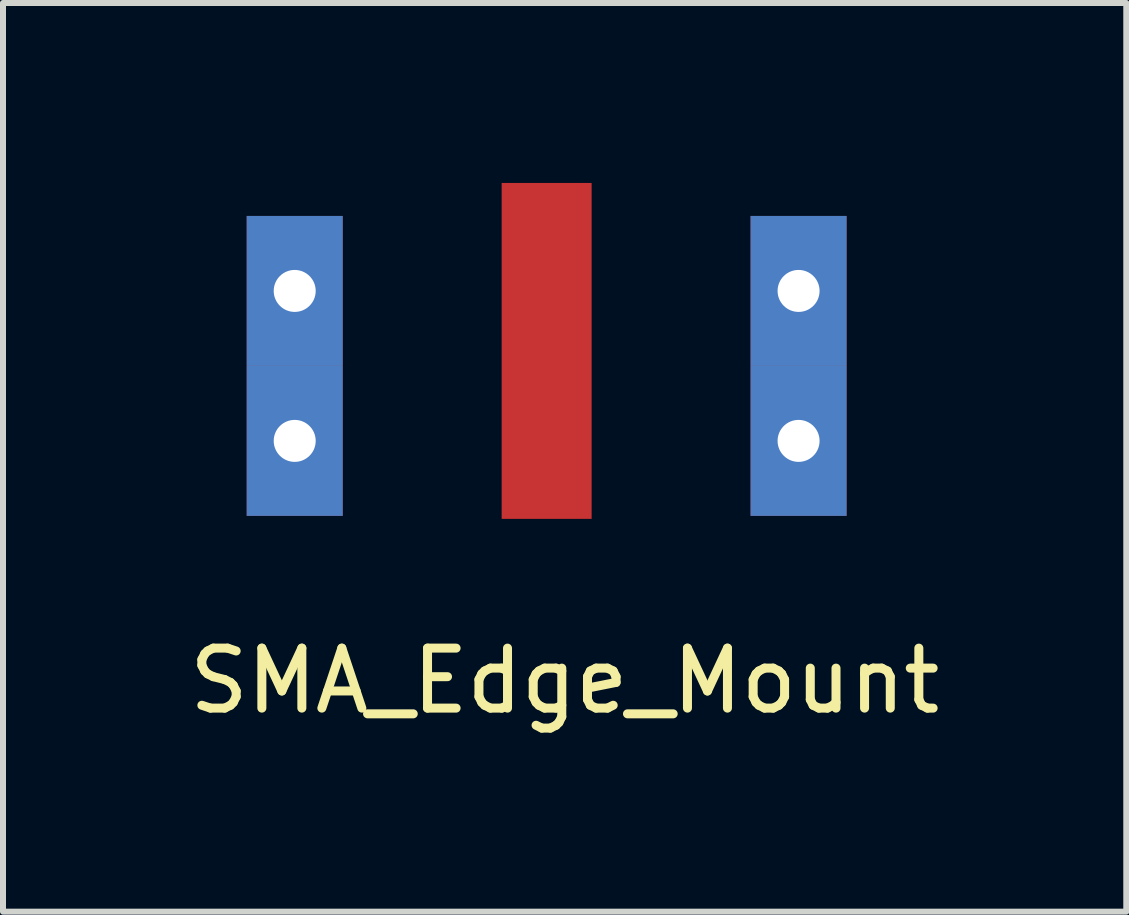
<source format=kicad_pcb>
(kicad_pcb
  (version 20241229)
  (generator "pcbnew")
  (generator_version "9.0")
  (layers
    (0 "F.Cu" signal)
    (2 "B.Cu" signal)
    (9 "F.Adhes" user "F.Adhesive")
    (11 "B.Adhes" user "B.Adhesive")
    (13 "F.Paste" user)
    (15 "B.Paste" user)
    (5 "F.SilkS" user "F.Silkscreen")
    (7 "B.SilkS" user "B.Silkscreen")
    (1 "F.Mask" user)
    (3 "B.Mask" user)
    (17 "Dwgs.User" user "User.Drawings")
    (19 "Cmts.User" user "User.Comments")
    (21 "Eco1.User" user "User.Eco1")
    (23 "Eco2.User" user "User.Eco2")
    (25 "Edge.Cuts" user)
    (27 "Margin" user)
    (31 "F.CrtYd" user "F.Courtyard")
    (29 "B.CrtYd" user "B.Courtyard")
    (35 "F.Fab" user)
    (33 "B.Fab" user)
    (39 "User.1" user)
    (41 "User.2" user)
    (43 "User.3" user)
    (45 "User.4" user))
  (footprint "SMA_Edge_Mount"
    (layer "F.Cu")
    (at 6.063 2.8)
    (property "Reference" "SMA_Edge_Mount" (at 0.3 5.5 0) (layer "F.SilkS") (effects (font (size 1 1) (thickness 0.15))))
    (attr through_hole)
    (pad "1" smd rect (at 0 0) (size 1.5 5.6) (layers "F.Cu" "F.Mask" "F.Paste"))
    (pad "2" thru_hole rect (at -4.2 -1) (size 1.6 2.5) (drill 0.7) (layers "*.Cu" "*.Mask"))
    (pad "2" thru_hole rect (at -4.2 1.5) (size 1.6 2.5) (drill 0.7) (layers "*.Cu" "*.Mask"))
    (pad "2" thru_hole rect (at 4.2 -1) (size 1.6 2.5) (drill 0.7) (layers "*.Cu" "*.Mask"))
    (pad "2" thru_hole rect (at 4.2 1.5) (size 1.6 2.5) (drill 0.7) (layers "*.Cu" "*.Mask")))
  (gr_rect
    (start -3 -3)
    (end 15.726 12.148)
    (stroke (width 0.1) (type default))
    (fill no)
    (layer "Edge.Cuts")))
</source>
